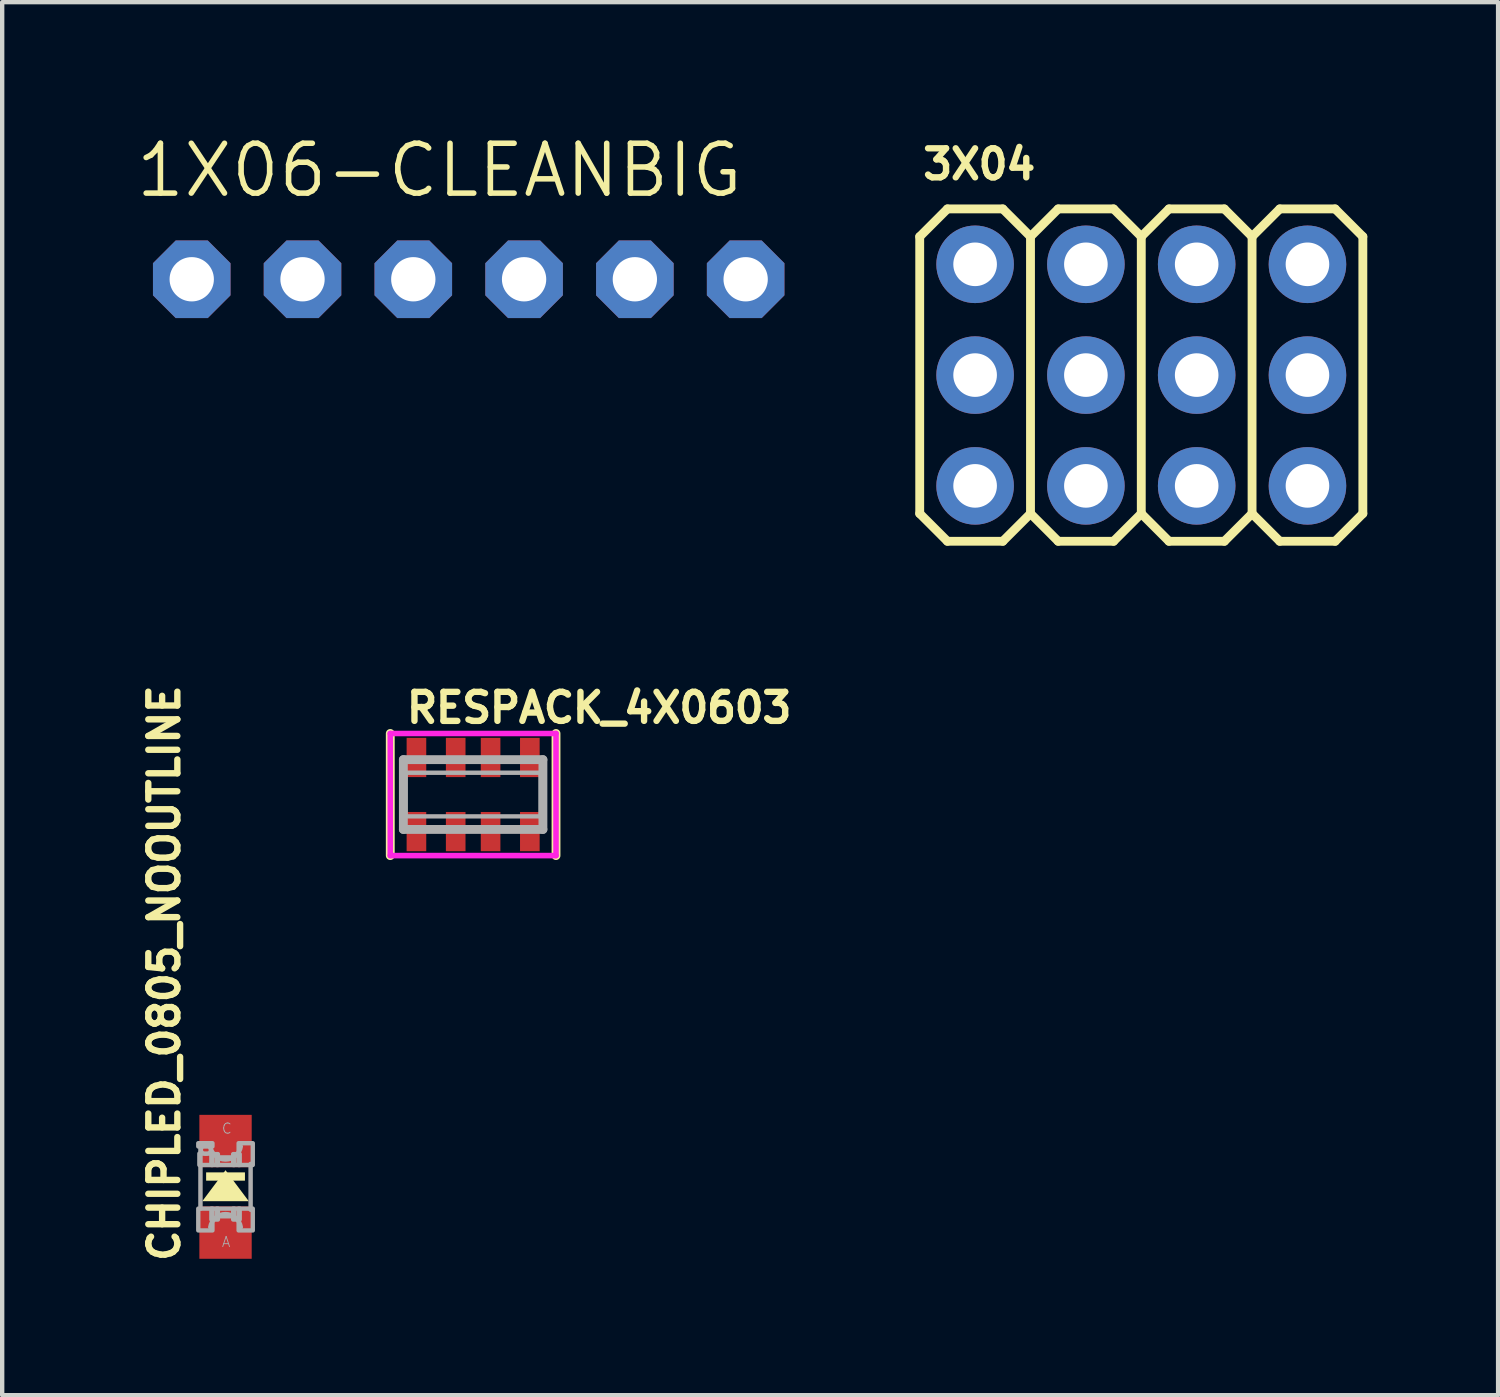
<source format=kicad_pcb>
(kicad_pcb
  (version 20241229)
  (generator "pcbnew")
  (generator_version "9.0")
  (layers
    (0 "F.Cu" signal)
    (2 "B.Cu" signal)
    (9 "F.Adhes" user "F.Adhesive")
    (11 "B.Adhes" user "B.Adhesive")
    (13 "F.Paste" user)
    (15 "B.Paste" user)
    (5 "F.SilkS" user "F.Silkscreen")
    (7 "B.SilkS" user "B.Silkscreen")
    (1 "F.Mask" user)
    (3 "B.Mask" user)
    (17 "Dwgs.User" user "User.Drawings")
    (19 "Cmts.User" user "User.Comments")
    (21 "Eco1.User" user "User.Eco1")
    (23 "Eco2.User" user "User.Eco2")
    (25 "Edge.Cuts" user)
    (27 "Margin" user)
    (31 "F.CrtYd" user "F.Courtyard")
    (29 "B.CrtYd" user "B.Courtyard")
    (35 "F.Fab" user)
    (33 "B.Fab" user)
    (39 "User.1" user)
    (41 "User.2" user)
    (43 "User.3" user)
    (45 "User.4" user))
  (footprint "CHIPLED_0805_NOOUTLINE"
    (layer "F.Cu")
    (at 2.121 24.161)
    (property "Reference" "CHIPLED_0805_NOOUTLINE" (at -1.016 1.778 90) (unlocked yes) (layer "F.SilkS") (effects (font (size 0.666 0.666) (thickness 0.146)) (justify left bottom)))
    (fp_poly (pts (xy 0.533 0.33) (xy -0.533 0.33) (xy 0 -0.381)) (stroke (width 0) (type default)) (fill yes) (layer "F.SilkS"))
    (fp_poly (pts (xy -0.445 -0.141) (xy 0.445 -0.141) (xy 0.445 -0.331) (xy -0.445 -0.331)) (stroke (width 0) (type default)) (fill yes) (layer "F.SilkS"))
    (fp_line (start -0.575 0.5) (end -0.575 -0.925) (stroke (width 0.102) (type solid)) (layer "F.Fab"))
    (fp_line (start 0.575 -0.525) (end 0.575 0.525) (stroke (width 0.102) (type solid)) (layer "F.Fab"))
    (fp_arc (start -0.35 0.925) (mid -0.000001 0.625027) (end 0.35 0.924998) (stroke (width 0.1016) (type solid)) (layer "F.Fab"))
    (fp_arc (start 0.35 -0.924998) (mid -0.000001 -0.625027) (end -0.35 -0.925) (stroke (width 0.1016) (type solid)) (layer "F.Fab"))
    (fp_circle (center -0.45 -0.85) (end -0.347 -0.85) (stroke (width 0.076) (type solid)) (fill no) (layer "F.Fab"))
    (fp_poly (pts (xy -0.625 -0.925) (xy -0.3 -0.925) (xy -0.3 -1) (xy -0.625 -1)) (stroke (width 0.1) (type default)) (fill no) (layer "F.Fab"))
    (fp_poly (pts (xy -0.625 1) (xy -0.3 1) (xy -0.3 0.5) (xy -0.625 0.5)) (stroke (width 0.1) (type default)) (fill no) (layer "F.Fab"))
    (fp_poly (pts (xy -0.6 -0.5) (xy -0.3 -0.5) (xy -0.3 -0.762) (xy -0.6 -0.762)) (stroke (width 0.1) (type default)) (fill no) (layer "F.Fab"))
    (fp_poly (pts (xy -0.325 -0.5) (xy -0.175 -0.5) (xy -0.175 -0.75) (xy -0.325 -0.75)) (stroke (width 0.1) (type default)) (fill no) (layer "F.Fab"))
    (fp_poly (pts (xy -0.325 0.75) (xy -0.175 0.75) (xy -0.175 0.5) (xy -0.325 0.5)) (stroke (width 0.1) (type default)) (fill no) (layer "F.Fab"))
    (fp_poly (pts (xy -0.2 -0.5) (xy 0.2 -0.5) (xy 0.2 -0.675) (xy -0.2 -0.675)) (stroke (width 0.1) (type default)) (fill no) (layer "F.Fab"))
    (fp_poly (pts (xy -0.2 0.675) (xy 0.2 0.675) (xy 0.2 0.5) (xy -0.2 0.5)) (stroke (width 0.1) (type default)) (fill no) (layer "F.Fab"))
    (fp_poly (pts (xy 0.175 -0.5) (xy 0.325 -0.5) (xy 0.325 -0.75) (xy 0.175 -0.75)) (stroke (width 0.1) (type default)) (fill no) (layer "F.Fab"))
    (fp_poly (pts (xy 0.175 0.75) (xy 0.325 0.75) (xy 0.325 0.5) (xy 0.175 0.5)) (stroke (width 0.1) (type default)) (fill no) (layer "F.Fab"))
    (fp_poly (pts (xy 0.3 -0.5) (xy 0.625 -0.5) (xy 0.625 -1) (xy 0.3 -1)) (stroke (width 0.1) (type default)) (fill no) (layer "F.Fab"))
    (fp_poly (pts (xy 0.3 1) (xy 0.625 1) (xy 0.625 0.5) (xy 0.3 0.5)) (stroke (width 0.1) (type default)) (fill no) (layer "F.Fab"))
    (fp_text user "A" (at -0.1 1.4 0) (layer "F.Fab") (effects (font (size 0.234 0.234) (thickness 0.02)) (justify left bottom)))
    (fp_text user "C" (at -0.1 -1.2 0) (layer "F.Fab") (effects (font (size 0.234 0.234) (thickness 0.02)) (justify left bottom)))
    (pad "A" smd rect (at 0 1.05) (size 1.2 1.2) (layers "F.Cu" "F.Mask" "F.Paste"))
    (pad "C" smd rect (at 0 -1.05) (size 1.2 1.2) (layers "F.Cu" "F.Mask" "F.Paste")))
  (footprint "3X04"
    (layer "F.Cu")
    (at 23.117 5.55)
    (property "Reference" "3X04" (at -5.08 -4.445 0) (unlocked yes) (layer "F.SilkS") (effects (font (size 0.666 0.666) (thickness 0.146)) (justify left bottom)))
    (fp_line (start -5.08 -3.175) (end -4.445 -3.81) (stroke (width 0.203) (type solid)) (layer "F.SilkS"))
    (fp_line (start -5.08 3.175) (end -5.08 -3.175) (stroke (width 0.203) (type solid)) (layer "F.SilkS"))
    (fp_line (start -5.08 3.175) (end -4.445 3.81) (stroke (width 0.203) (type solid)) (layer "F.SilkS"))
    (fp_line (start -4.445 -3.81) (end -3.175 -3.81) (stroke (width 0.203) (type solid)) (layer "F.SilkS"))
    (fp_line (start -4.445 3.81) (end -3.175 3.81) (stroke (width 0.203) (type solid)) (layer "F.SilkS"))
    (fp_line (start -3.175 -3.81) (end -2.54 -3.175) (stroke (width 0.203) (type solid)) (layer "F.SilkS"))
    (fp_line (start -3.175 3.81) (end -2.54 3.175) (stroke (width 0.203) (type solid)) (layer "F.SilkS"))
    (fp_line (start -2.54 -3.175) (end -2.54 3.175) (stroke (width 0.203) (type solid)) (layer "F.SilkS"))
    (fp_line (start -2.54 -3.175) (end -1.905 -3.81) (stroke (width 0.203) (type solid)) (layer "F.SilkS"))
    (fp_line (start -2.54 3.175) (end -1.905 3.81) (stroke (width 0.203) (type solid)) (layer "F.SilkS"))
    (fp_line (start -1.905 -3.81) (end -0.635 -3.81) (stroke (width 0.203) (type solid)) (layer "F.SilkS"))
    (fp_line (start -1.905 3.81) (end -0.635 3.81) (stroke (width 0.203) (type solid)) (layer "F.SilkS"))
    (fp_line (start -0.635 -3.81) (end 0 -3.175) (stroke (width 0.203) (type solid)) (layer "F.SilkS"))
    (fp_line (start -0.635 3.81) (end 0 3.175) (stroke (width 0.203) (type solid)) (layer "F.SilkS"))
    (fp_line (start 0 -3.175) (end 0 3.175) (stroke (width 0.203) (type solid)) (layer "F.SilkS"))
    (fp_line (start 0 -3.175) (end 0.635 -3.81) (stroke (width 0.203) (type solid)) (layer "F.SilkS"))
    (fp_line (start 0 3.175) (end 0.635 3.81) (stroke (width 0.203) (type solid)) (layer "F.SilkS"))
    (fp_line (start 0.635 -3.81) (end 1.905 -3.81) (stroke (width 0.203) (type solid)) (layer "F.SilkS"))
    (fp_line (start 0.635 3.81) (end 1.905 3.81) (stroke (width 0.203) (type solid)) (layer "F.SilkS"))
    (fp_line (start 1.905 -3.81) (end 2.54 -3.175) (stroke (width 0.203) (type solid)) (layer "F.SilkS"))
    (fp_line (start 1.905 3.81) (end 2.54 3.175) (stroke (width 0.203) (type solid)) (layer "F.SilkS"))
    (fp_line (start 2.54 -3.175) (end 2.54 3.175) (stroke (width 0.203) (type solid)) (layer "F.SilkS"))
    (fp_line (start 2.54 -3.175) (end 3.175 -3.81) (stroke (width 0.203) (type solid)) (layer "F.SilkS"))
    (fp_line (start 2.54 3.175) (end 3.175 3.81) (stroke (width 0.203) (type solid)) (layer "F.SilkS"))
    (fp_line (start 3.175 -3.81) (end 4.445 -3.81) (stroke (width 0.203) (type solid)) (layer "F.SilkS"))
    (fp_line (start 3.175 3.81) (end 4.445 3.81) (stroke (width 0.203) (type solid)) (layer "F.SilkS"))
    (fp_line (start 4.445 -3.81) (end 5.08 -3.175) (stroke (width 0.203) (type solid)) (layer "F.SilkS"))
    (fp_line (start 4.445 3.81) (end 5.08 3.175) (stroke (width 0.203) (type solid)) (layer "F.SilkS"))
    (fp_line (start 5.08 -3.175) (end 5.08 3.175) (stroke (width 0.203) (type solid)) (layer "F.SilkS"))
    (fp_poly (pts (xy -4.064 -2.286) (xy -3.556 -2.286) (xy -3.556 -2.794) (xy -4.064 -2.794)) (stroke (width 0.1) (type default)) (fill no) (layer "F.Fab"))
    (fp_poly (pts (xy -4.064 0.254) (xy -3.556 0.254) (xy -3.556 -0.254) (xy -4.064 -0.254)) (stroke (width 0.1) (type default)) (fill no) (layer "F.Fab"))
    (fp_poly (pts (xy -4.064 2.794) (xy -3.556 2.794) (xy -3.556 2.286) (xy -4.064 2.286)) (stroke (width 0.1) (type default)) (fill no) (layer "F.Fab"))
    (fp_poly (pts (xy -1.524 -2.286) (xy -1.016 -2.286) (xy -1.016 -2.794) (xy -1.524 -2.794)) (stroke (width 0.1) (type default)) (fill no) (layer "F.Fab"))
    (fp_poly (pts (xy -1.524 0.254) (xy -1.016 0.254) (xy -1.016 -0.254) (xy -1.524 -0.254)) (stroke (width 0.1) (type default)) (fill no) (layer "F.Fab"))
    (fp_poly (pts (xy -1.524 2.794) (xy -1.016 2.794) (xy -1.016 2.286) (xy -1.524 2.286)) (stroke (width 0.1) (type default)) (fill no) (layer "F.Fab"))
    (fp_poly (pts (xy 1.016 -2.286) (xy 1.524 -2.286) (xy 1.524 -2.794) (xy 1.016 -2.794)) (stroke (width 0.1) (type default)) (fill no) (layer "F.Fab"))
    (fp_poly (pts (xy 1.016 0.254) (xy 1.524 0.254) (xy 1.524 -0.254) (xy 1.016 -0.254)) (stroke (width 0.1) (type default)) (fill no) (layer "F.Fab"))
    (fp_poly (pts (xy 1.016 2.794) (xy 1.524 2.794) (xy 1.524 2.286) (xy 1.016 2.286)) (stroke (width 0.1) (type default)) (fill no) (layer "F.Fab"))
    (fp_poly (pts (xy 3.556 -2.286) (xy 4.064 -2.286) (xy 4.064 -2.794) (xy 3.556 -2.794)) (stroke (width 0.1) (type default)) (fill no) (layer "F.Fab"))
    (fp_poly (pts (xy 3.556 0.254) (xy 4.064 0.254) (xy 4.064 -0.254) (xy 3.556 -0.254)) (stroke (width 0.1) (type default)) (fill no) (layer "F.Fab"))
    (fp_poly (pts (xy 3.556 2.794) (xy 4.064 2.794) (xy 4.064 2.286) (xy 3.556 2.286)) (stroke (width 0.1) (type default)) (fill no) (layer "F.Fab"))
    (pad "1" thru_hole circle (at -3.81 2.54) (size 1.778 1.778) (drill 1) (layers "*.Cu" "*.Mask"))
    (pad "2" thru_hole circle (at -3.81 0) (size 1.778 1.778) (drill 1) (layers "*.Cu" "*.Mask"))
    (pad "3" thru_hole circle (at -3.81 -2.54) (size 1.778 1.778) (drill 1) (layers "*.Cu" "*.Mask"))
    (pad "4" thru_hole circle (at -1.27 2.54) (size 1.778 1.778) (drill 1) (layers "*.Cu" "*.Mask"))
    (pad "5" thru_hole circle (at -1.27 0) (size 1.778 1.778) (drill 1) (layers "*.Cu" "*.Mask"))
    (pad "6" thru_hole circle (at -1.27 -2.54) (size 1.778 1.778) (drill 1) (layers "*.Cu" "*.Mask"))
    (pad "7" thru_hole circle (at 1.27 2.54) (size 1.778 1.778) (drill 1) (layers "*.Cu" "*.Mask"))
    (pad "8" thru_hole circle (at 1.27 0) (size 1.778 1.778) (drill 1) (layers "*.Cu" "*.Mask"))
    (pad "9" thru_hole circle (at 1.27 -2.54) (size 1.778 1.778) (drill 1) (layers "*.Cu" "*.Mask"))
    (pad "10" thru_hole circle (at 3.81 2.54) (size 1.778 1.778) (drill 1) (layers "*.Cu" "*.Mask"))
    (pad "11" thru_hole circle (at 3.81 0) (size 1.778 1.778) (drill 1) (layers "*.Cu" "*.Mask"))
    (pad "12" thru_hole circle (at 3.81 -2.54) (size 1.778 1.778) (drill 1) (layers "*.Cu" "*.Mask")))
  (footprint "1X06-CLEANBIG"
    (layer "F.Cu")
    (at 7.696 3.353)
    (property "Reference" "1X06-CLEANBIG" (at -7.696 -1.829 0) (unlocked yes) (layer "F.SilkS") (effects (font (size 1.143 1.143) (thickness 0.127)) (justify left bottom)))
    (fp_poly (pts (xy -6.604 0.254) (xy -6.096 0.254) (xy -6.096 -0.254) (xy -6.604 -0.254)) (stroke (width 0.1) (type default)) (fill no) (layer "F.Fab"))
    (fp_poly (pts (xy -4.064 0.254) (xy -3.556 0.254) (xy -3.556 -0.254) (xy -4.064 -0.254)) (stroke (width 0.1) (type default)) (fill no) (layer "F.Fab"))
    (fp_poly (pts (xy -1.524 0.254) (xy -1.016 0.254) (xy -1.016 -0.254) (xy -1.524 -0.254)) (stroke (width 0.1) (type default)) (fill no) (layer "F.Fab"))
    (fp_poly (pts (xy 1.016 0.254) (xy 1.524 0.254) (xy 1.524 -0.254) (xy 1.016 -0.254)) (stroke (width 0.1) (type default)) (fill no) (layer "F.Fab"))
    (fp_poly (pts (xy 3.556 0.254) (xy 4.064 0.254) (xy 4.064 -0.254) (xy 3.556 -0.254)) (stroke (width 0.1) (type default)) (fill no) (layer "F.Fab"))
    (fp_poly (pts (xy 6.096 0.254) (xy 6.604 0.254) (xy 6.604 -0.254) (xy 6.096 -0.254)) (stroke (width 0.1) (type default)) (fill no) (layer "F.Fab"))
    (pad "1" thru_hole roundrect (at -6.35 0 90) (size 1.778 1.778) (drill 1.016) (layers "*.Cu" "*.Mask") (roundrect_rratio 0.25) (chamfer_ratio 0.293) (chamfer top_left top_right bottom_left bottom_right))
    (pad "2" thru_hole roundrect (at -3.81 0 90) (size 1.778 1.778) (drill 1.016) (layers "*.Cu" "*.Mask") (roundrect_rratio 0.25) (chamfer_ratio 0.293) (chamfer top_left top_right bottom_left bottom_right))
    (pad "3" thru_hole roundrect (at -1.27 0 90) (size 1.778 1.778) (drill 1.016) (layers "*.Cu" "*.Mask") (roundrect_rratio 0.25) (chamfer_ratio 0.293) (chamfer top_left top_right bottom_left bottom_right))
    (pad "4" thru_hole roundrect (at 1.27 0 90) (size 1.778 1.778) (drill 1.016) (layers "*.Cu" "*.Mask") (roundrect_rratio 0.25) (chamfer_ratio 0.293) (chamfer top_left top_right bottom_left bottom_right))
    (pad "5" thru_hole roundrect (at 3.81 0 90) (size 1.778 1.778) (drill 1.016) (layers "*.Cu" "*.Mask") (roundrect_rratio 0.25) (chamfer_ratio 0.293) (chamfer top_left top_right bottom_left bottom_right))
    (pad "6" thru_hole roundrect (at 6.35 0 90) (size 1.778 1.778) (drill 1.016) (layers "*.Cu" "*.Mask") (roundrect_rratio 0.25) (chamfer_ratio 0.293) (chamfer top_left top_right bottom_left bottom_right)))
  (footprint "RESPACK_4X0603"
    (layer "F.Cu")
    (at 7.798 15.167)
    (property "Reference" "RESPACK_4X0603" (at -1.6 -1.6 0) (unlocked yes) (layer "F.SilkS") (effects (font (size 0.666 0.666) (thickness 0.146)) (justify left bottom)))
    (fp_line (start -1.9 1.4) (end -1.9 -1.4) (stroke (width 0.203) (type solid)) (layer "F.SilkS"))
    (fp_line (start 1.9 -1.4) (end 1.9 1.4) (stroke (width 0.203) (type solid)) (layer "F.SilkS"))
    (fp_line (start -1.9 -1.4) (end 1.9 -1.4) (stroke (width 0.127) (type solid)) (layer "F.CrtYd"))
    (fp_line (start -1.9 1.4) (end -1.9 -1.4) (stroke (width 0.127) (type solid)) (layer "F.CrtYd"))
    (fp_line (start -1.9 1.4) (end 1.9 1.4) (stroke (width 0.127) (type solid)) (layer "F.CrtYd"))
    (fp_line (start 1.9 -1.4) (end 1.9 1.4) (stroke (width 0.127) (type solid)) (layer "F.CrtYd"))
    (fp_line (start -1.6 -0.8) (end 1.6 -0.8) (stroke (width 0.203) (type solid)) (layer "F.Fab"))
    (fp_line (start -1.6 0.8) (end -1.6 -0.8) (stroke (width 0.203) (type solid)) (layer "F.Fab"))
    (fp_line (start 1.6 -0.8) (end 1.6 0.8) (stroke (width 0.203) (type solid)) (layer "F.Fab"))
    (fp_line (start 1.6 0.8) (end -1.6 0.8) (stroke (width 0.203) (type solid)) (layer "F.Fab"))
    (fp_poly (pts (xy -1.55 0.5) (xy 1.55 0.5) (xy 1.55 -0.5) (xy -1.55 -0.5)) (stroke (width 0.1) (type default)) (fill no) (layer "F.Fab"))
    (pad "1" smd rect (at -1.3 0.85) (size 0.45 0.9) (layers "F.Cu" "F.Mask" "F.Paste"))
    (pad "2" smd rect (at -0.4 0.85) (size 0.45 0.9) (layers "F.Cu" "F.Mask" "F.Paste"))
    (pad "3" smd rect (at 0.4 0.85) (size 0.45 0.9) (layers "F.Cu" "F.Mask" "F.Paste"))
    (pad "4" smd rect (at 1.3 0.85) (size 0.45 0.9) (layers "F.Cu" "F.Mask" "F.Paste"))
    (pad "5" smd rect (at 1.3 -0.85) (size 0.45 0.9) (layers "F.Cu" "F.Mask" "F.Paste"))
    (pad "6" smd rect (at 0.4 -0.85) (size 0.45 0.9) (layers "F.Cu" "F.Mask" "F.Paste"))
    (pad "7" smd rect (at -0.4 -0.85) (size 0.45 0.9) (layers "F.Cu" "F.Mask" "F.Paste"))
    (pad "8" smd rect (at -1.3 -0.85) (size 0.45 0.9) (layers "F.Cu" "F.Mask" "F.Paste")))
  (gr_rect
    (start -3 -3)
    (end 31.298 28.939)
    (stroke (width 0.1) (type default))
    (fill no)
    (layer "Edge.Cuts")))
</source>
